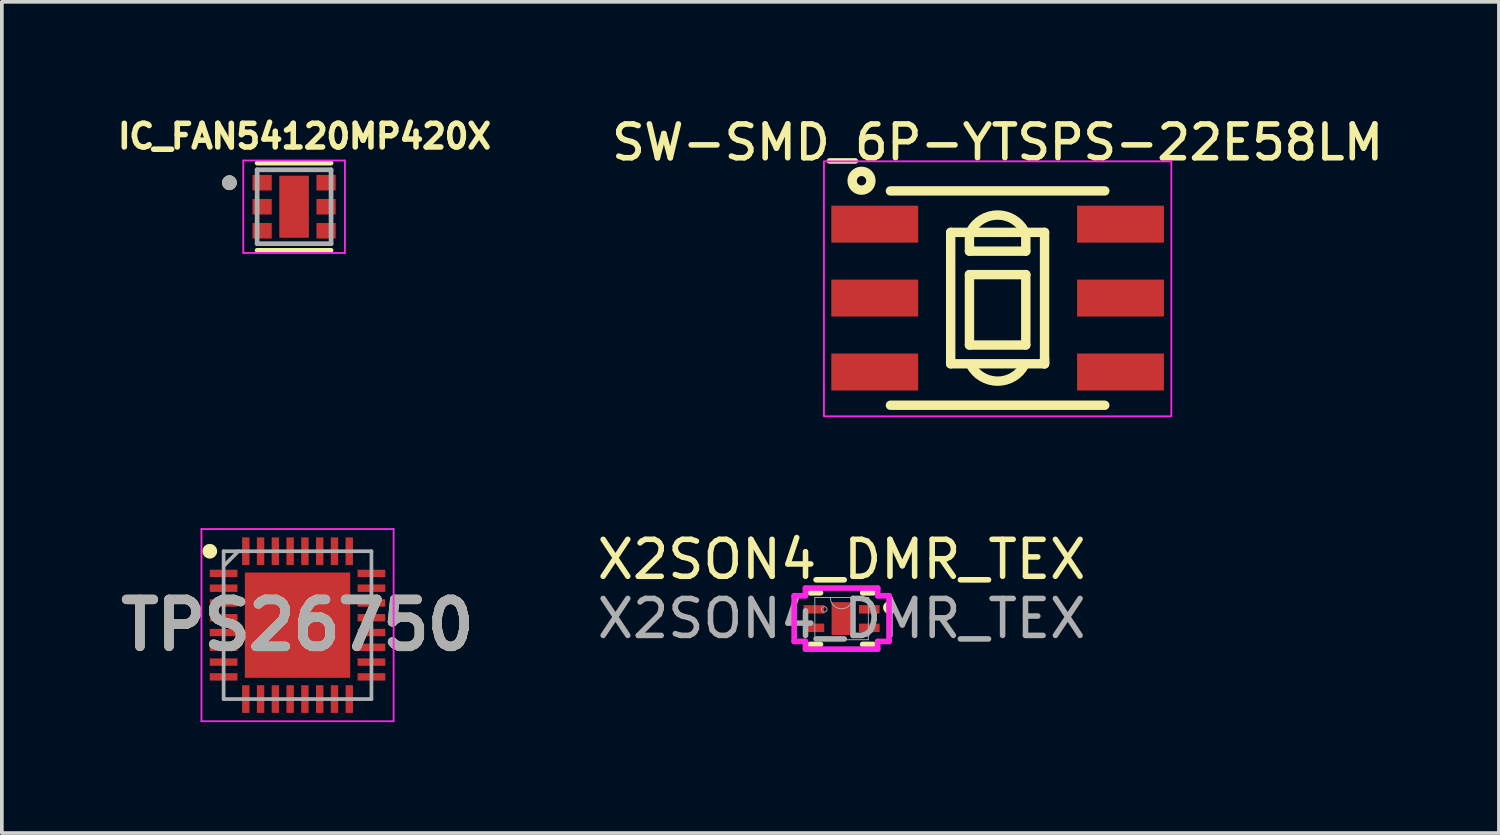
<source format=kicad_pcb>
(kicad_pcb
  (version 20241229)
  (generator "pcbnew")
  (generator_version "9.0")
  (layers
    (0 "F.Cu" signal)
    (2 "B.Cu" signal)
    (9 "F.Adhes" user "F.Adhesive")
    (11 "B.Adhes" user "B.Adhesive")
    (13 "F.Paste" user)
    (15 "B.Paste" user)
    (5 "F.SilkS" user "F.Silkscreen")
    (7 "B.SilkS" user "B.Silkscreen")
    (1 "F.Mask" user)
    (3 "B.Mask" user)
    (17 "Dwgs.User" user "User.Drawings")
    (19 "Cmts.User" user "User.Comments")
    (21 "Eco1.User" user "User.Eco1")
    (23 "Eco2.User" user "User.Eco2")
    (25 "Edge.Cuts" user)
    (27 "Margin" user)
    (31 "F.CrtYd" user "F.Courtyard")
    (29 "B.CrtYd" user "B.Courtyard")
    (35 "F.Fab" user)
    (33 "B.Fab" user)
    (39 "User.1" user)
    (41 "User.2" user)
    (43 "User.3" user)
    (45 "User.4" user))
  (footprint "IC_FAN54120MP420X"
    (layer "F.Cu")
    (at 4.908 2.544)
    (property "Reference" "IC_FAN54120MP420X" (at 0.282 -1.906 0) (layer "F.SilkS") (effects (font (size 0.64 0.64) (thickness 0.15))))
    (attr smd)
    (fp_poly (pts (xy -1.175 -0.91) (xy -0.555 -0.91) (xy -0.555 -0.39) (xy -1.175 -0.39)) (stroke (width 0.01) (type solid)) (fill yes) (layer "F.Mask"))
    (fp_poly (pts (xy -1.175 -0.26) (xy -0.555 -0.26) (xy -0.555 0.26) (xy -1.175 0.26)) (stroke (width 0.01) (type solid)) (fill yes) (layer "F.Mask"))
    (fp_poly (pts (xy -1.175 0.39) (xy -0.555 0.39) (xy -0.555 0.91) (xy -1.175 0.91)) (stroke (width 0.01) (type solid)) (fill yes) (layer "F.Mask"))
    (fp_poly (pts (xy -0.45 -0.89) (xy 0.45 -0.89) (xy 0.45 0.89) (xy -0.45 0.89)) (stroke (width 0.01) (type solid)) (fill yes) (layer "F.Mask"))
    (fp_poly (pts (xy 0.555 -0.91) (xy 1.175 -0.91) (xy 1.175 -0.39) (xy 0.555 -0.39)) (stroke (width 0.01) (type solid)) (fill yes) (layer "F.Mask"))
    (fp_poly (pts (xy 0.555 -0.26) (xy 1.175 -0.26) (xy 1.175 0.26) (xy 0.555 0.26)) (stroke (width 0.01) (type solid)) (fill yes) (layer "F.Mask"))
    (fp_poly (pts (xy 0.555 0.39) (xy 1.175 0.39) (xy 1.175 0.91) (xy 0.555 0.91)) (stroke (width 0.01) (type solid)) (fill yes) (layer "F.Mask"))
    (fp_line (start -1 -1.18) (end 1 -1.18) (stroke (width 0.127) (type solid)) (layer "F.SilkS"))
    (fp_line (start -1 1.18) (end 1 1.18) (stroke (width 0.127) (type solid)) (layer "F.SilkS"))
    (fp_circle (center -1.75 -0.65) (end -1.65 -0.65) (stroke (width 0.2) (type solid)) (fill no) (layer "F.SilkS"))
    (fp_poly (pts (xy -0.252 -0.531) (xy 0.252 -0.531) (xy 0.252 0.531) (xy -0.252 0.531)) (stroke (width 0.01) (type solid)) (fill yes) (layer "F.Paste"))
    (fp_line (start -1.375 -1.25) (end -1.375 1.25) (stroke (width 0.05) (type solid)) (layer "F.CrtYd"))
    (fp_line (start -1.375 -1.25) (end 1.375 -1.25) (stroke (width 0.05) (type solid)) (layer "F.CrtYd"))
    (fp_line (start -1.375 1.25) (end 1.375 1.25) (stroke (width 0.05) (type solid)) (layer "F.CrtYd"))
    (fp_line (start 1.375 -1.25) (end 1.375 1.25) (stroke (width 0.05) (type solid)) (layer "F.CrtYd"))
    (fp_line (start -1 -1) (end -1 1) (stroke (width 0.127) (type solid)) (layer "F.Fab"))
    (fp_line (start -1 -1) (end 1 -1) (stroke (width 0.127) (type solid)) (layer "F.Fab"))
    (fp_line (start -1 1) (end 1 1) (stroke (width 0.127) (type solid)) (layer "F.Fab"))
    (fp_line (start 1 -1) (end 1 1) (stroke (width 0.127) (type solid)) (layer "F.Fab"))
    (fp_circle (center -1.75 -0.65) (end -1.65 -0.65) (stroke (width 0.2) (type solid)) (fill no) (layer "F.Fab"))
    (pad "1" smd rect (at -0.865 -0.65) (size 0.52 0.42) (layers "F.Cu" "F.Paste"))
    (pad "2" smd rect (at -0.865 0) (size 0.52 0.42) (layers "F.Cu" "F.Paste"))
    (pad "3" smd rect (at -0.865 0.65) (size 0.52 0.42) (layers "F.Cu" "F.Paste"))
    (pad "4" smd rect (at 0.865 0.65) (size 0.52 0.42) (layers "F.Cu" "F.Paste"))
    (pad "5" smd rect (at 0.865 0) (size 0.52 0.42) (layers "F.Cu" "F.Paste"))
    (pad "6" smd rect (at 0.865 -0.65) (size 0.52 0.42) (layers "F.Cu" "F.Paste"))
    (pad "7" smd rect (at 0 0) (size 0.8 1.68) (layers "F.Cu")))
  (footprint "X2SON4_DMR_TEX"
    (layer "F.Cu")
    (at 19.723 13.689)
    (property "Reference" "X2SON4_DMR_TEX" (at 0 -1.6 0) (unlocked yes) (layer "F.SilkS") (effects (font (size 1 1) (thickness 0.15))))
    (attr smd)
    (fp_line (start -0.851 0.699) (end -0.571 0.699) (stroke (width 0.152) (type solid)) (layer "F.SilkS"))
    (fp_line (start -0.571 -0.699) (end -0.851 -0.699) (stroke (width 0.152) (type solid)) (layer "F.SilkS"))
    (fp_line (start 0.571 0.699) (end 0.851 0.699) (stroke (width 0.152) (type solid)) (layer "F.SilkS"))
    (fp_line (start 0.851 -0.699) (end 0.571 -0.699) (stroke (width 0.152) (type solid)) (layer "F.SilkS"))
    (fp_circle (center 1.3 -0.3) (end 1.198 -0.3) (stroke (width 0.152) (type solid)) (fill no) (layer "F.SilkS"))
    (fp_line (start -1.283 -0.618) (end -0.978 -0.618) (stroke (width 0.152) (type solid)) (layer "F.CrtYd"))
    (fp_line (start -1.283 0.618) (end -1.283 -0.618) (stroke (width 0.152) (type solid)) (layer "F.CrtYd"))
    (fp_line (start -1.283 0.618) (end -0.978 0.618) (stroke (width 0.152) (type solid)) (layer "F.CrtYd"))
    (fp_line (start -0.978 -0.826) (end 0.978 -0.826) (stroke (width 0.152) (type solid)) (layer "F.CrtYd"))
    (fp_line (start -0.978 -0.618) (end -0.978 -0.826) (stroke (width 0.152) (type solid)) (layer "F.CrtYd"))
    (fp_line (start -0.978 0.826) (end -0.978 0.618) (stroke (width 0.152) (type solid)) (layer "F.CrtYd"))
    (fp_line (start 0.978 -0.826) (end 0.978 -0.618) (stroke (width 0.152) (type solid)) (layer "F.CrtYd"))
    (fp_line (start 0.978 0.618) (end 0.978 0.826) (stroke (width 0.152) (type solid)) (layer "F.CrtYd"))
    (fp_line (start 0.978 0.826) (end -0.978 0.826) (stroke (width 0.152) (type solid)) (layer "F.CrtYd"))
    (fp_line (start 1.283 -0.618) (end 0.978 -0.618) (stroke (width 0.152) (type solid)) (layer "F.CrtYd"))
    (fp_line (start 1.283 -0.618) (end 1.283 0.618) (stroke (width 0.152) (type solid)) (layer "F.CrtYd"))
    (fp_line (start 1.283 0.618) (end 0.978 0.618) (stroke (width 0.152) (type solid)) (layer "F.CrtYd"))
    (fp_line (start -0.724 -0.572) (end -0.724 0.572) (stroke (width 0.025) (type solid)) (layer "F.Fab"))
    (fp_line (start -0.724 0.572) (end 0.724 0.572) (stroke (width 0.025) (type solid)) (layer "F.Fab"))
    (fp_line (start 0.724 -0.572) (end -0.724 -0.572) (stroke (width 0.025) (type solid)) (layer "F.Fab"))
    (fp_line (start 0.724 0.572) (end 0.724 -0.572) (stroke (width 0.025) (type solid)) (layer "F.Fab"))
    (fp_arc (start 0.3048 -0.5715) (mid 0 -0.2667) (end -0.3048 -0.5715) (stroke (width 0.0254) (type solid)) (layer "F.Fab"))
    (fp_circle (center -0.47 -0.25) (end -0.394 -0.25) (stroke (width 0.025) (type solid)) (fill no) (layer "F.Fab"))
    (fp_text user "${REFERENCE}" (at 0 0 0) (unlocked yes) (layer "F.Fab") (effects (font (size 1 1) (thickness 0.15))))
    (pad "1" smd rect (at 0.749 -0.25) (size 0.559 0.229) (layers "F.Cu" "F.Mask" "F.Paste"))
    (pad "2" smd rect (at -0.749 -0.25) (size 0.559 0.229) (layers "F.Cu" "F.Mask" "F.Paste"))
    (pad "3" smd rect (at -0.749 0.25) (size 0.559 0.229) (layers "F.Cu" "F.Mask" "F.Paste"))
    (pad "4" smd rect (at 0.749 0.25) (size 0.559 0.229) (layers "F.Cu" "F.Mask" "F.Paste"))
    (pad "5" smd rect (at 0 0) (size 0.54 0.889) (layers "F.Cu" "F.Mask" "F.Paste")))
  (footprint "SW-SMD_6P-YTSPS-22E58LM"
    (layer "F.Cu")
    (at 23.945 5.016)
    (property "Reference" "SW-SMD_6P-YTSPS-22E58LM" (at 0 -4.213 0) (layer "F.SilkS") (effects (font (size 0.914 0.914) (thickness 0.152))))
    (fp_line (start -2.9 -2.9) (end 2.9 -2.9) (stroke (width 0.254) (type default)) (layer "F.SilkS"))
    (fp_line (start -2.9 2.9) (end 2.9 2.9) (stroke (width 0.254) (type default)) (layer "F.SilkS"))
    (fp_line (start -1.27 -1.778) (end 1.27 -1.778) (stroke (width 0.254) (type default)) (layer "F.SilkS"))
    (fp_line (start -1.27 1.778) (end -1.27 -1.778) (stroke (width 0.254) (type default)) (layer "F.SilkS"))
    (fp_line (start -0.762 -1.27) (end -0.762 -1.778) (stroke (width 0.254) (type default)) (layer "F.SilkS"))
    (fp_line (start -0.762 -0.635) (end 0.762 -0.635) (stroke (width 0.254) (type default)) (layer "F.SilkS"))
    (fp_line (start -0.762 1.27) (end -0.762 -0.635) (stroke (width 0.254) (type default)) (layer "F.SilkS"))
    (fp_line (start 0.762 -1.778) (end 0.762 -1.27) (stroke (width 0.254) (type default)) (layer "F.SilkS"))
    (fp_line (start 0.762 -1.27) (end -0.762 -1.27) (stroke (width 0.254) (type default)) (layer "F.SilkS"))
    (fp_line (start 0.762 -0.635) (end 0.762 1.27) (stroke (width 0.254) (type default)) (layer "F.SilkS"))
    (fp_line (start 0.762 1.27) (end -0.762 1.27) (stroke (width 0.254) (type default)) (layer "F.SilkS"))
    (fp_line (start 1.27 -1.778) (end 1.27 1.778) (stroke (width 0.254) (type default)) (layer "F.SilkS"))
    (fp_line (start 1.27 1.651) (end 1.27 1.778) (stroke (width 0.254) (type default)) (layer "F.SilkS"))
    (fp_line (start 1.27 1.778) (end -1.27 1.778) (stroke (width 0.254) (type default)) (layer "F.SilkS"))
    (fp_arc (start -0.7262 -1.8157) (mid -0.000368 -2.248105) (end 0.7255 -1.8158) (stroke (width 0.254) (type default)) (layer "F.SilkS"))
    (fp_arc (start 0.7255 1.816) (mid -0.000368 2.248265) (end -0.7262 1.8159) (stroke (width 0.254) (type default)) (layer "F.SilkS"))
    (fp_circle (center -3.683 -3.175) (end -3.429 -3.175) (stroke (width 0.254) (type default)) (fill no) (layer "F.SilkS"))
    (fp_rect (start -4.7 -3.7) (end 4.7 3.2) (stroke (width 0.05) (type default)) (fill no) (layer "F.CrtYd"))
    (fp_circle (center -4 -2.9) (end -3.97 -2.9) (stroke (width 0.06) (type default)) (fill no) (layer "User.5"))
    (pad "1" smd rect (at -3.325 -2) (size 2.35 1) (layers "F.Cu" "F.Mask" "F.Paste"))
    (pad "2" smd rect (at -3.325 0 180) (size 2.35 1) (layers "F.Cu" "F.Mask" "F.Paste"))
    (pad "3" smd rect (at -3.325 2) (size 2.35 1) (layers "F.Cu" "F.Mask" "F.Paste"))
    (pad "4" smd rect (at 3.325 -2) (size 2.35 1) (layers "F.Cu" "F.Mask" "F.Paste"))
    (pad "5" smd rect (at 3.325 0 180) (size 2.35 1) (layers "F.Cu" "F.Mask" "F.Paste"))
    (pad "6" smd rect (at 3.325 2) (size 2.35 1) (layers "F.Cu" "F.Mask" "F.Paste"))
    (zone (net_name "") (layer "Dwgs.User") (hatch edge 0.5) (priority 100) (connect_pads yes) (min_thickness 0) (filled_areas_thickness no) (fill yes) (polygon (pts (xy 19.69 3.238) (xy 20.071 3.238) (xy 20.071 3.365) (xy 19.69 3.365))) (filled_polygon (layer "Dwgs.User") (island) (pts (xy 19.69 3.238) (xy 20.071 3.238) (xy 20.071 3.365) (xy 19.69 3.365))))
    (zone (net_name "") (layer "Dwgs.User") (hatch edge 0.5) (priority 100) (connect_pads yes) (min_thickness 0) (filled_areas_thickness no) (fill yes) (polygon (pts (xy 19.817 2.73) (xy 19.69 2.73) (xy 19.69 2.857) (xy 19.817 2.857))) (filled_polygon (layer "Dwgs.User") (island) (pts (xy 19.817 2.73) (xy 19.69 2.73) (xy 19.69 2.857) (xy 19.817 2.857))))
    (zone (net_name "") (layer "Dwgs.User") (hatch edge 0.5) (priority 100) (connect_pads yes) (min_thickness 0) (filled_areas_thickness no) (fill yes) (polygon (pts (xy 19.944 3.238) (xy 19.944 2.73) (xy 19.817 2.73) (xy 19.817 3.238))) (filled_polygon (layer "Dwgs.User") (island) (pts (xy 19.944 3.238) (xy 19.944 2.73) (xy 19.817 2.73) (xy 19.817 3.238))))
    (zone (net_name "") (layer "Dwgs.User") (hatch edge 0.5) (priority 100) (connect_pads yes) (min_thickness 0) (filled_areas_thickness no) (fill yes) (polygon (pts (xy 22.548 3.111) (xy 22.548 6.921) (xy 22.802 6.921) (xy 22.802 3.111))) (filled_polygon (layer "Dwgs.User") (island) (pts (xy 22.548 3.111) (xy 22.548 6.921) (xy 22.802 6.921) (xy 22.802 3.111))))
    (zone (net_name "") (layer "Dwgs.User") (hatch edge 0.5) (priority 100) (connect_pads yes) (min_thickness 0) (filled_areas_thickness no) (fill yes) (polygon (pts (xy 22.802 3.111) (xy 23.056 3.111) (xy 23.056 3.365) (xy 22.802 3.365))) (filled_polygon (layer "Dwgs.User") (island) (pts (xy 22.802 3.111) (xy 23.056 3.111) (xy 23.056 3.365) (xy 22.802 3.365))))
    (zone (net_name "") (layer "Dwgs.User") (hatch edge 0.5) (priority 100) (connect_pads yes) (min_thickness 0) (filled_areas_thickness no) (fill yes) (polygon (pts (xy 23.056 3.111) (xy 23.056 3.873) (xy 23.31 3.873) (xy 23.31 3.111))) (filled_polygon (layer "Dwgs.User") (island) (pts (xy 23.056 3.111) (xy 23.056 3.873) (xy 23.31 3.873) (xy 23.31 3.111))))
    (zone (net_name "") (layer "Dwgs.User") (hatch edge 0.5) (priority 100) (connect_pads yes) (min_thickness 0) (filled_areas_thickness no) (fill yes) (polygon (pts (xy 24.58 3.111) (xy 23.31 3.111) (xy 23.31 3.365) (xy 24.58 3.365))) (filled_polygon (layer "Dwgs.User") (island) (pts (xy 24.58 3.111) (xy 23.31 3.111) (xy 23.31 3.365) (xy 24.58 3.365))))
    (zone (net_name "") (layer "Dwgs.User") (hatch edge 0.5) (priority 100) (connect_pads yes) (min_thickness 0) (filled_areas_thickness no) (fill yes) (polygon (pts (xy 24.58 3.873) (xy 23.31 3.873) (xy 23.31 3.619) (xy 24.58 3.619))) (filled_polygon (layer "Dwgs.User") (island) (pts (xy 24.58 3.873) (xy 23.31 3.873) (xy 23.31 3.619) (xy 24.58 3.619))))
    (zone (net_name "") (layer "Dwgs.User") (hatch edge 0.5) (priority 100) (connect_pads yes) (min_thickness 0) (filled_areas_thickness no) (fill yes) (polygon (pts (xy 25.088 3.111) (xy 24.834 3.111) (xy 24.834 3.365) (xy 25.088 3.365))) (filled_polygon (layer "Dwgs.User") (island) (pts (xy 25.088 3.111) (xy 24.834 3.111) (xy 24.834 3.365) (xy 25.088 3.365))))
    (zone (net_name "") (layer "Dwgs.User") (hatch edge 0.5) (priority 100) (connect_pads yes) (min_thickness 0) (filled_areas_thickness no) (fill yes) (polygon (pts (xy 25.088 6.921) (xy 22.802 6.921) (xy 22.802 6.667) (xy 25.088 6.667))) (filled_polygon (layer "Dwgs.User") (island) (pts (xy 25.088 6.921) (xy 22.802 6.921) (xy 22.802 6.667) (xy 25.088 6.667))))
    (zone (net_name "") (layer "Dwgs.User") (hatch edge 0.5) (priority 100) (connect_pads yes) (min_thickness 0) (filled_areas_thickness no) (fill yes) (polygon (pts (xy 25.342 3.111) (xy 25.342 6.921) (xy 25.088 6.921) (xy 25.088 3.111))) (filled_polygon (layer "Dwgs.User") (island) (pts (xy 25.342 3.111) (xy 25.342 6.921) (xy 25.088 6.921) (xy 25.088 3.111))))
    (zone (net_name "") (layer "Dwgs.User") (hatch edge 0.5) (priority 100) (connect_pads yes) (min_thickness 0) (filled_areas_thickness no) (fill yes) (polygon (pts (xy 24.834 3.238) (xy 24.834 3.873) (xy 24.58 3.873) (xy 24.58 3.111) (xy 24.834 3.111))) (filled_polygon (layer "Dwgs.User") (island) (pts (xy 24.834 3.238) (xy 24.834 3.873) (xy 24.58 3.873) (xy 24.58 3.111) (xy 24.834 3.111))))
    (zone (net_name "") (layer "User.3") (hatch edge 0.5) (priority 100) (connect_pads yes) (min_thickness 0) (filled_areas_thickness no) (fill yes) (polygon (pts (xy 21.045 7.916) (xy 21.045 2.116) (xy 26.845 2.116) (xy 26.845 7.916))) (filled_polygon (layer "User.3") (island) (pts (xy 21.045 7.916) (xy 21.045 2.116) (xy 26.845 2.116) (xy 26.845 7.916))))
    (zone (net_name "") (layer "User.4") (hatch edge 0.5) (priority 100) (connect_pads yes) (min_thickness 0) (filled_areas_thickness no) (fill yes) (polygon (pts (xy 21.845 3.316) (xy 19.945 3.316) (xy 19.945 2.716) (xy 21.845 2.716))) (filled_polygon (layer "User.4") (island) (pts (xy 21.845 3.316) (xy 19.945 3.316) (xy 19.945 2.716) (xy 21.845 2.716))))
    (zone (net_name "") (layer "User.4") (hatch edge 0.5) (priority 100) (connect_pads yes) (min_thickness 0) (filled_areas_thickness no) (fill yes) (polygon (pts (xy 21.845 5.316) (xy 19.945 5.316) (xy 19.945 4.716) (xy 21.845 4.716))) (filled_polygon (layer "User.4") (island) (pts (xy 21.845 5.316) (xy 19.945 5.316) (xy 19.945 4.716) (xy 21.845 4.716))))
    (zone (net_name "") (layer "User.4") (hatch edge 0.5) (priority 100) (connect_pads yes) (min_thickness 0) (filled_areas_thickness no) (fill yes) (polygon (pts (xy 21.845 7.316) (xy 19.945 7.316) (xy 19.945 6.716) (xy 21.845 6.716))) (filled_polygon (layer "User.4") (island) (pts (xy 21.845 7.316) (xy 19.945 7.316) (xy 19.945 6.716) (xy 21.845 6.716))))
    (zone (net_name "") (layer "User.4") (hatch edge 0.5) (priority 100) (connect_pads yes) (min_thickness 0) (filled_areas_thickness no) (fill yes) (polygon (pts (xy 27.945 3.316) (xy 26.045 3.316) (xy 26.045 2.716) (xy 27.945 2.716))) (filled_polygon (layer "User.4") (island) (pts (xy 27.945 3.316) (xy 26.045 3.316) (xy 26.045 2.716) (xy 27.945 2.716))))
    (zone (net_name "") (layer "User.4") (hatch edge 0.5) (priority 100) (connect_pads yes) (min_thickness 0) (filled_areas_thickness no) (fill yes) (polygon (pts (xy 27.945 5.316) (xy 26.045 5.316) (xy 26.045 4.716) (xy 27.945 4.716))) (filled_polygon (layer "User.4") (island) (pts (xy 27.945 5.316) (xy 26.045 5.316) (xy 26.045 4.716) (xy 27.945 4.716))))
    (zone (net_name "") (layer "User.4") (hatch edge 0.5) (priority 100) (connect_pads yes) (min_thickness 0) (filled_areas_thickness no) (fill yes) (polygon (pts (xy 27.945 7.316) (xy 26.045 7.316) (xy 26.045 6.716) (xy 27.945 6.716))) (filled_polygon (layer "User.4") (island) (pts (xy 27.945 7.316) (xy 26.045 7.316) (xy 26.045 6.716) (xy 27.945 6.716)))))
  (footprint "TPS26750"
    (layer "F.Cu")
    (at 5.001 13.866)
    (property "Reference" "TPS26750" (at 0 0 0) (layer "F.SilkS") (effects (font (size 1.27 1.27) (thickness 0.254))))
    (attr smd)
    (fp_circle (center -2.375 -2) (end -2.375 -1.9) (stroke (width 0.2) (type solid)) (fill no) (layer "F.SilkS"))
    (fp_line (start -2.6 -2.6) (end 2.6 -2.6) (stroke (width 0.05) (type solid)) (layer "F.CrtYd"))
    (fp_line (start -2.6 2.6) (end -2.6 -2.6) (stroke (width 0.05) (type solid)) (layer "F.CrtYd"))
    (fp_line (start 2.6 -2.6) (end 2.6 2.6) (stroke (width 0.05) (type solid)) (layer "F.CrtYd"))
    (fp_line (start 2.6 2.6) (end -2.6 2.6) (stroke (width 0.05) (type solid)) (layer "F.CrtYd"))
    (fp_line (start -2 -2) (end 2 -2) (stroke (width 0.1) (type solid)) (layer "F.Fab"))
    (fp_line (start -2 -1.6) (end -1.6 -2) (stroke (width 0.1) (type solid)) (layer "F.Fab"))
    (fp_line (start -2 2) (end -2 -2) (stroke (width 0.1) (type solid)) (layer "F.Fab"))
    (fp_line (start 2 -2) (end 2 2) (stroke (width 0.1) (type solid)) (layer "F.Fab"))
    (fp_line (start 2 2) (end -2 2) (stroke (width 0.1) (type solid)) (layer "F.Fab"))
    (fp_text user "${REFERENCE}" (at 0 0 0) (layer "F.Fab") (effects (font (size 1.27 1.27) (thickness 0.254))))
    (pad "1" smd rect (at -2 -1.4 90) (size 0.2 0.75) (layers "F.Cu" "F.Mask" "F.Paste"))
    (pad "2" smd rect (at -2 -1 90) (size 0.2 0.75) (layers "F.Cu" "F.Mask" "F.Paste"))
    (pad "3" smd rect (at -2 -0.6 90) (size 0.2 0.75) (layers "F.Cu" "F.Mask" "F.Paste"))
    (pad "4" smd rect (at -2 -0.2 90) (size 0.2 0.75) (layers "F.Cu" "F.Mask" "F.Paste"))
    (pad "5" smd rect (at -2 0.2 90) (size 0.2 0.75) (layers "F.Cu" "F.Mask" "F.Paste"))
    (pad "6" smd rect (at -2 0.6 90) (size 0.2 0.75) (layers "F.Cu" "F.Mask" "F.Paste"))
    (pad "7" smd rect (at -2 1 90) (size 0.2 0.75) (layers "F.Cu" "F.Mask" "F.Paste"))
    (pad "8" smd rect (at -2 1.4 90) (size 0.2 0.75) (layers "F.Cu" "F.Mask" "F.Paste"))
    (pad "9" smd rect (at -1.4 2) (size 0.2 0.75) (layers "F.Cu" "F.Mask" "F.Paste"))
    (pad "10" smd rect (at -1 2) (size 0.2 0.75) (layers "F.Cu" "F.Mask" "F.Paste"))
    (pad "11" smd rect (at -0.6 2) (size 0.2 0.75) (layers "F.Cu" "F.Mask" "F.Paste"))
    (pad "12" smd rect (at -0.2 2) (size 0.2 0.75) (layers "F.Cu" "F.Mask" "F.Paste"))
    (pad "13" smd rect (at 0.2 2) (size 0.2 0.75) (layers "F.Cu" "F.Mask" "F.Paste"))
    (pad "14" smd rect (at 0.6 2) (size 0.2 0.75) (layers "F.Cu" "F.Mask" "F.Paste"))
    (pad "15" smd rect (at 1 2) (size 0.2 0.75) (layers "F.Cu" "F.Mask" "F.Paste"))
    (pad "16" smd rect (at 1.4 2) (size 0.2 0.75) (layers "F.Cu" "F.Mask" "F.Paste"))
    (pad "17" smd rect (at 2 1.4 90) (size 0.2 0.75) (layers "F.Cu" "F.Mask" "F.Paste"))
    (pad "18" smd rect (at 2 1 90) (size 0.2 0.75) (layers "F.Cu" "F.Mask" "F.Paste"))
    (pad "19" smd rect (at 2 0.6 90) (size 0.2 0.75) (layers "F.Cu" "F.Mask" "F.Paste"))
    (pad "20" smd rect (at 2 0.2 90) (size 0.2 0.75) (layers "F.Cu" "F.Mask" "F.Paste"))
    (pad "21" smd rect (at 2 -0.2 90) (size 0.2 0.75) (layers "F.Cu" "F.Mask" "F.Paste"))
    (pad "22" smd rect (at 2 -0.6 90) (size 0.2 0.75) (layers "F.Cu" "F.Mask" "F.Paste"))
    (pad "23" smd rect (at 2 -1 90) (size 0.2 0.75) (layers "F.Cu" "F.Mask" "F.Paste"))
    (pad "24" smd rect (at 2 -1.4 90) (size 0.2 0.75) (layers "F.Cu" "F.Mask" "F.Paste"))
    (pad "25" smd rect (at 1.4 -2) (size 0.2 0.75) (layers "F.Cu" "F.Mask" "F.Paste"))
    (pad "26" smd rect (at 1 -2) (size 0.2 0.75) (layers "F.Cu" "F.Mask" "F.Paste"))
    (pad "27" smd rect (at 0.6 -2) (size 0.2 0.75) (layers "F.Cu" "F.Mask" "F.Paste"))
    (pad "28" smd rect (at 0.2 -2) (size 0.2 0.75) (layers "F.Cu" "F.Mask" "F.Paste"))
    (pad "29" smd rect (at -0.2 -2) (size 0.2 0.75) (layers "F.Cu" "F.Mask" "F.Paste"))
    (pad "30" smd rect (at -0.6 -2) (size 0.2 0.75) (layers "F.Cu" "F.Mask" "F.Paste"))
    (pad "31" smd rect (at -1 -2) (size 0.2 0.75) (layers "F.Cu" "F.Mask" "F.Paste"))
    (pad "32" smd rect (at -1.4 -2) (size 0.2 0.75) (layers "F.Cu" "F.Mask" "F.Paste"))
    (pad "33" smd rect (at 0 0) (size 2.85 2.85) (layers "F.Cu" "F.Mask" "F.Paste")))
  (gr_rect
    (start -3 -3)
    (end 37.51 19.491)
    (stroke (width 0.1) (type default))
    (fill no)
    (layer "Edge.Cuts")))
</source>
